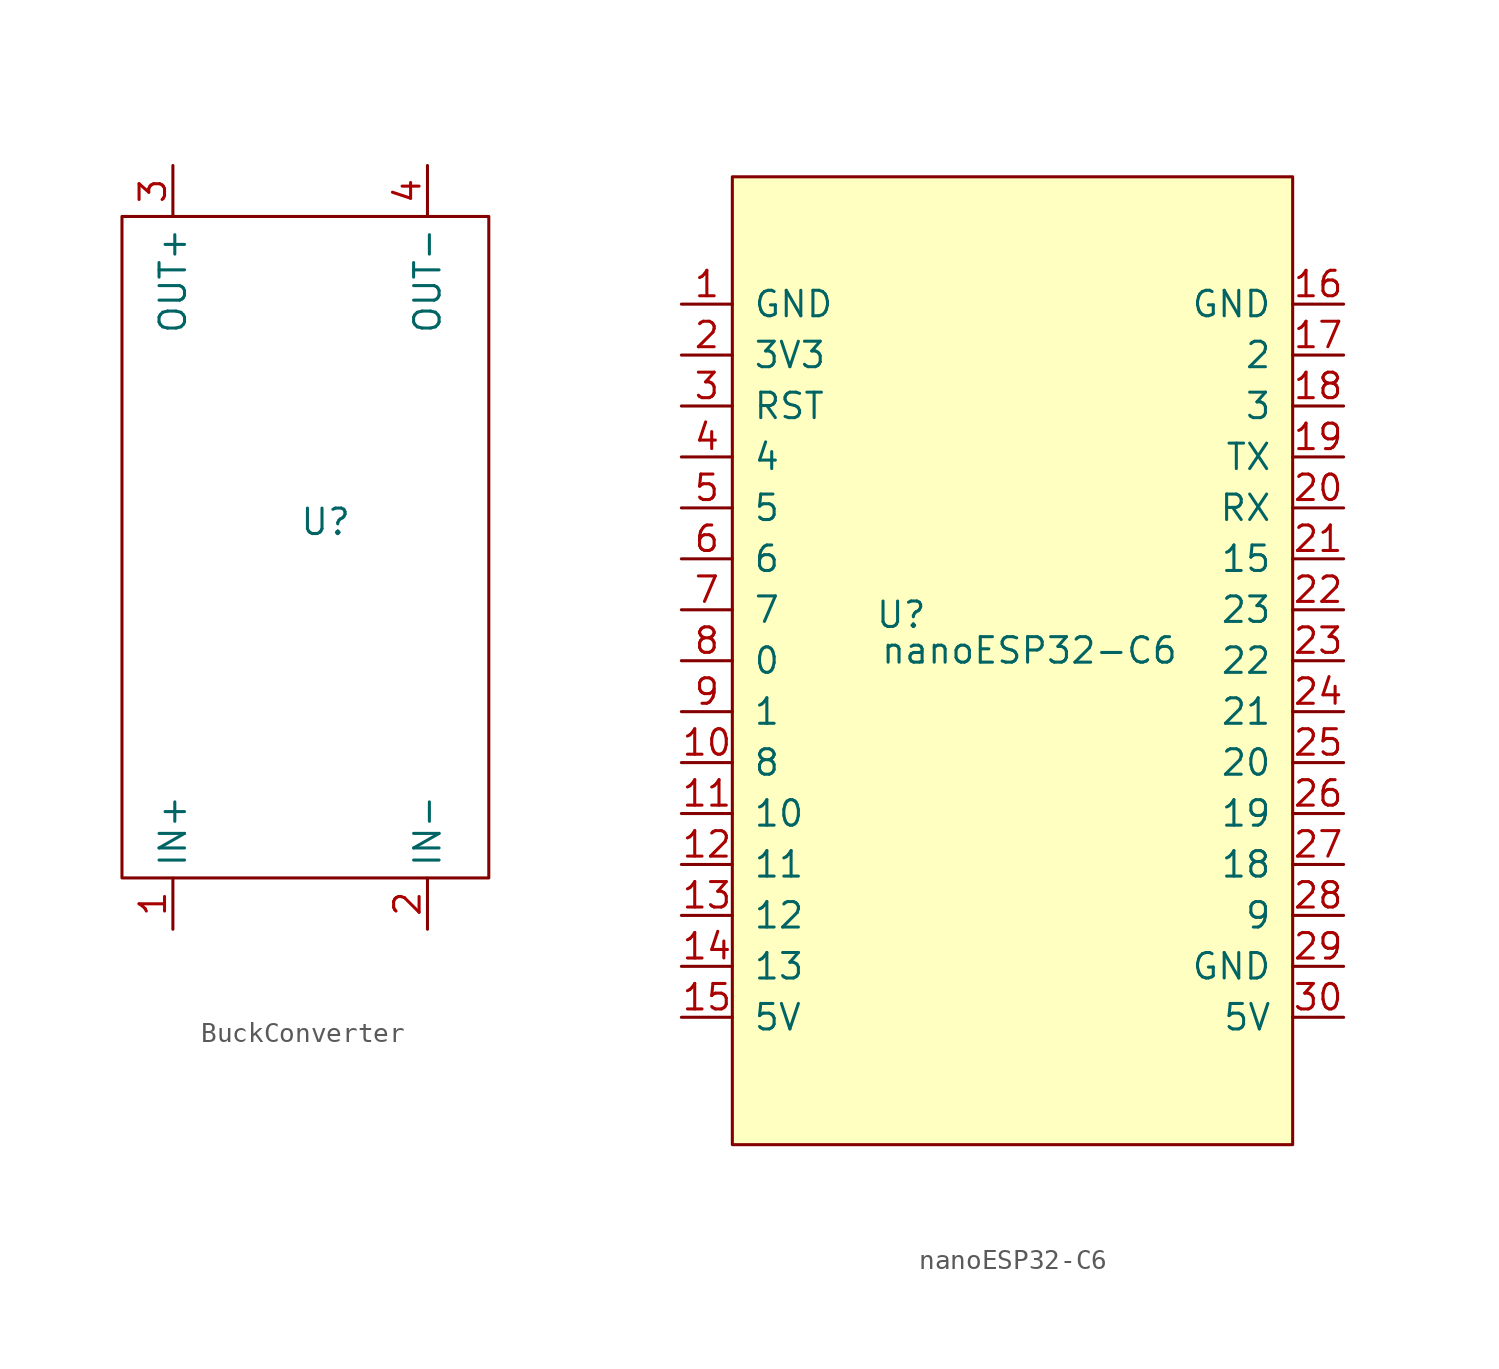
<source format=kicad_sym>
(kicad_symbol_lib
  (version 20231120)
  (generator "kicad_symbol_editor")
  (generator_version "8.0")
  (symbol "BuckConverter"
    (property "Reference" "U"
      (at 0 0 0)
      (effects (font (size 1.27 1.27))))
    (property "Value" ""
      (at -10.16 15.24 0)
      (effects (font (size 1.27 1.27))))
    (symbol "BuckConverter_0_1"
      (rectangle (start -10.16 15.24) (end 8.14 -17.76) (stroke (width 0) (type default)) (fill (type none))))
    (symbol "BuckConverter_1_1"
      (pin power_in line (at -7.62 -20.32 90) (length 2.54) (name "IN+" (effects (font (size 1.27 1.27)))) (number "1" (effects (font (size 1.27 1.27)))))
      (pin power_in line (at 5.08 -20.32 90) (length 2.54) (name "IN-" (effects (font (size 1.27 1.27)))) (number "2" (effects (font (size 1.27 1.27)))))
      (pin power_out line (at -7.62 17.78 270) (length 2.54) (name "OUT+" (effects (font (size 1.27 1.27)))) (number "3" (effects (font (size 1.27 1.27)))))
      (pin power_out line (at 5.08 17.78 270) (length 2.54) (name "OUT-" (effects (font (size 1.27 1.27)))) (number "4" (effects (font (size 1.27 1.27)))))))
  (symbol "nanoESP32-C6"
    (pin_names
      (offset 1.016))
    (property "Reference" "U"
      (at -5.588 -2.794 0)
      (effects (font (size 1.27 1.27)) (justify left)))
    (property "Value" "nanoESP32-C6"
      (at -5.334 -4.572 0)
      (effects (font (size 1.27 1.27)) (justify left)))
    (symbol "nanoESP32-C6_0_1"
      (rectangle (start -12.7 19.05) (end 15.24 -29.21) (stroke (width 0) (type default)) (fill (type background))))
    (symbol "nanoESP32-C6_1_1"
      (pin power_in line (at -15.24 12.7 0) (length 2.54) (name "GND" (effects (font (size 1.27 1.27)))) (number "1" (effects (font (size 1.27 1.27)))))
      (pin bidirectional line (at -15.24 -10.16 0) (length 2.54) (name "8" (effects (font (size 1.27 1.27)))) (number "10" (effects (font (size 1.27 1.27)))))
      (pin bidirectional line (at -15.24 -12.7 0) (length 2.54) (name "10" (effects (font (size 1.27 1.27)))) (number "11" (effects (font (size 1.27 1.27)))))
      (pin bidirectional line (at -15.24 -15.24 0) (length 2.54) (name "11" (effects (font (size 1.27 1.27)))) (number "12" (effects (font (size 1.27 1.27)))))
      (pin bidirectional line (at -15.24 -17.78 0) (length 2.54) (name "12" (effects (font (size 1.27 1.27)))) (number "13" (effects (font (size 1.27 1.27)))))
      (pin bidirectional line (at -15.24 -20.32 0) (length 2.54) (name "13" (effects (font (size 1.27 1.27)))) (number "14" (effects (font (size 1.27 1.27)))))
      (pin power_in line (at -15.24 -22.86 0) (length 2.54) (name "5V" (effects (font (size 1.27 1.27)))) (number "15" (effects (font (size 1.27 1.27)))))
      (pin power_in line (at 17.78 12.7 180) (length 2.54) (name "GND" (effects (font (size 1.27 1.27)))) (number "16" (effects (font (size 1.27 1.27)))))
      (pin bidirectional line (at 17.78 10.16 180) (length 2.54) (name "2" (effects (font (size 1.27 1.27)))) (number "17" (effects (font (size 1.27 1.27)))))
      (pin bidirectional line (at 17.78 7.62 180) (length 2.54) (name "3" (effects (font (size 1.27 1.27)))) (number "18" (effects (font (size 1.27 1.27)))))
      (pin bidirectional line (at 17.78 5.08 180) (length 2.54) (name "TX" (effects (font (size 1.27 1.27)))) (number "19" (effects (font (size 1.27 1.27)))))
      (pin power_in line (at -15.24 10.16 0) (length 2.54) (name "3V3" (effects (font (size 1.27 1.27)))) (number "2" (effects (font (size 1.27 1.27)))))
      (pin bidirectional line (at 17.78 2.54 180) (length 2.54) (name "RX" (effects (font (size 1.27 1.27)))) (number "20" (effects (font (size 1.27 1.27)))))
      (pin bidirectional line (at 17.78 0 180) (length 2.54) (name "15" (effects (font (size 1.27 1.27)))) (number "21" (effects (font (size 1.27 1.27)))))
      (pin bidirectional line (at 17.78 -2.54 180) (length 2.54) (name "23" (effects (font (size 1.27 1.27)))) (number "22" (effects (font (size 1.27 1.27)))))
      (pin bidirectional line (at 17.78 -5.08 180) (length 2.54) (name "22" (effects (font (size 1.27 1.27)))) (number "23" (effects (font (size 1.27 1.27)))))
      (pin bidirectional line (at 17.78 -7.62 180) (length 2.54) (name "21" (effects (font (size 1.27 1.27)))) (number "24" (effects (font (size 1.27 1.27)))))
      (pin bidirectional line (at 17.78 -10.16 180) (length 2.54) (name "20" (effects (font (size 1.27 1.27)))) (number "25" (effects (font (size 1.27 1.27)))))
      (pin bidirectional line (at 17.78 -12.7 180) (length 2.54) (name "19" (effects (font (size 1.27 1.27)))) (number "26" (effects (font (size 1.27 1.27)))))
      (pin bidirectional line (at 17.78 -15.24 180) (length 2.54) (name "18" (effects (font (size 1.27 1.27)))) (number "27" (effects (font (size 1.27 1.27)))))
      (pin bidirectional line (at 17.78 -17.78 180) (length 2.54) (name "9" (effects (font (size 1.27 1.27)))) (number "28" (effects (font (size 1.27 1.27)))))
      (pin power_in line (at 17.78 -20.32 180) (length 2.54) (name "GND" (effects (font (size 1.27 1.27)))) (number "29" (effects (font (size 1.27 1.27)))))
      (pin unspecified line (at -15.24 7.62 0) (length 2.54) (name "RST" (effects (font (size 1.27 1.27)))) (number "3" (effects (font (size 1.27 1.27)))))
      (pin power_in line (at 17.78 -22.86 180) (length 2.54) (name "5V" (effects (font (size 1.27 1.27)))) (number "30" (effects (font (size 1.27 1.27)))))
      (pin bidirectional line (at -15.24 5.08 0) (length 2.54) (name "4" (effects (font (size 1.27 1.27)))) (number "4" (effects (font (size 1.27 1.27)))))
      (pin bidirectional line (at -15.24 2.54 0) (length 2.54) (name "5" (effects (font (size 1.27 1.27)))) (number "5" (effects (font (size 1.27 1.27)))))
      (pin bidirectional line (at -15.24 0 0) (length 2.54) (name "6" (effects (font (size 1.27 1.27)))) (number "6" (effects (font (size 1.27 1.27)))))
      (pin bidirectional line (at -15.24 -2.54 0) (length 2.54) (name "7" (effects (font (size 1.27 1.27)))) (number "7" (effects (font (size 1.27 1.27)))))
      (pin bidirectional line (at -15.24 -5.08 0) (length 2.54) (name "0" (effects (font (size 1.27 1.27)))) (number "8" (effects (font (size 1.27 1.27)))))
      (pin bidirectional line (at -15.24 -7.62 0) (length 2.54) (name "1" (effects (font (size 1.27 1.27)))) (number "9" (effects (font (size 1.27 1.27))))))))
</source>
